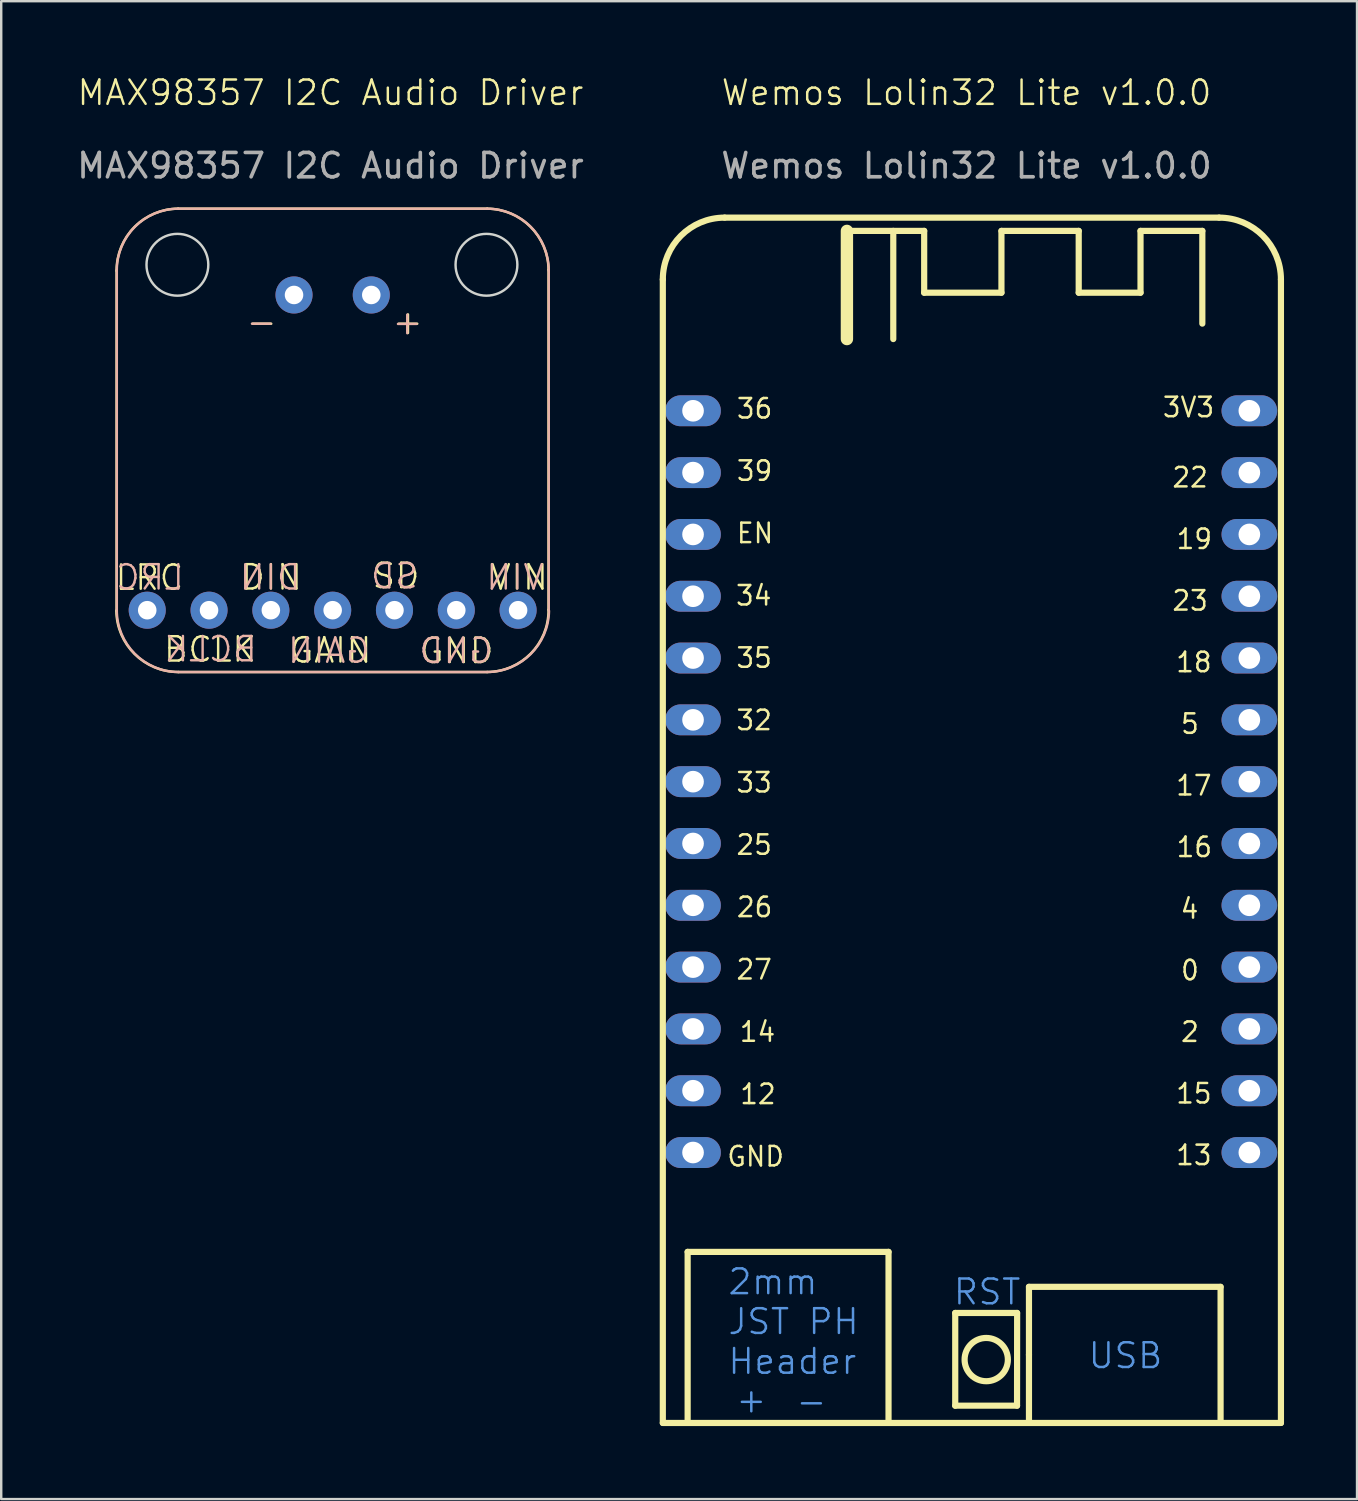
<source format=kicad_pcb>
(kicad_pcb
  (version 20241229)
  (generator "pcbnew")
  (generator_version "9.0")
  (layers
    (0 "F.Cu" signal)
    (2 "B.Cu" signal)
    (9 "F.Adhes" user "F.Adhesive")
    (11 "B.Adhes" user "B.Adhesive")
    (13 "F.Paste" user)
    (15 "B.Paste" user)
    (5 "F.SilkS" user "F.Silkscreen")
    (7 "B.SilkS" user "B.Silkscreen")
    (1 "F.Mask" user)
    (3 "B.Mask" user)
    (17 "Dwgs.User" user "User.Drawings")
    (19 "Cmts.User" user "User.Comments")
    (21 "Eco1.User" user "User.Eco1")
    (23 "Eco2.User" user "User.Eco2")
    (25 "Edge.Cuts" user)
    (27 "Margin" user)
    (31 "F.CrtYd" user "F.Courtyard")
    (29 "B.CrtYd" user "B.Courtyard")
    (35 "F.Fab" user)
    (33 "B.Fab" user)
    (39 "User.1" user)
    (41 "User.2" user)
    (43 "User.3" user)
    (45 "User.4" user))
  (footprint "Wemos Lolin32 Lite v1.0.0"
    (layer "F.Cu")
    (at 36.667 1.26)
    (property "Reference" "Wemos Lolin32 Lite v1.0.0" (at 0 -0.5 0) (unlocked yes) (layer "F.SilkS") (effects (font (size 1 1) (thickness 0.1))))
    (attr through_hole)
    (fp_line (start -12.48 7.173) (end -12.48 54.163) (stroke (width 0.254) (type solid)) (layer "F.SilkS"))
    (fp_line (start -11.46 47.133) (end -3.205 47.133) (stroke (width 0.254) (type solid)) (layer "F.SilkS"))
    (fp_line (start -11.46 54.118) (end -11.46 47.133) (stroke (width 0.254) (type solid)) (layer "F.SilkS"))
    (fp_line (start -4.915 5.178) (end -4.915 9.623) (stroke (width 0.508) (type solid)) (layer "F.SilkS"))
    (fp_line (start -4.915 5.178) (end -1.74 5.178) (stroke (width 0.254) (type solid)) (layer "F.SilkS"))
    (fp_line (start -3.205 47.133) (end -3.205 54.118) (stroke (width 0.254) (type solid)) (layer "F.SilkS"))
    (fp_line (start -3.01 9.623) (end -3.01 5.178) (stroke (width 0.254) (type solid)) (layer "F.SilkS"))
    (fp_line (start -1.74 5.178) (end -1.74 7.718) (stroke (width 0.254) (type solid)) (layer "F.SilkS"))
    (fp_line (start -1.74 7.718) (end 1.435 7.718) (stroke (width 0.254) (type solid)) (layer "F.SilkS"))
    (fp_line (start -0.464 49.643) (end -0.464 53.453) (stroke (width 0.254) (type solid)) (layer "F.SilkS"))
    (fp_line (start -0.464 53.453) (end 2.076 53.453) (stroke (width 0.254) (type solid)) (layer "F.SilkS"))
    (fp_line (start 1.435 5.178) (end 4.61 5.178) (stroke (width 0.254) (type solid)) (layer "F.SilkS"))
    (fp_line (start 1.435 7.718) (end 1.435 5.178) (stroke (width 0.254) (type solid)) (layer "F.SilkS"))
    (fp_line (start 2.076 49.643) (end -0.464 49.643) (stroke (width 0.254) (type solid)) (layer "F.SilkS"))
    (fp_line (start 2.076 53.453) (end 2.08 49.643) (stroke (width 0.254) (type solid)) (layer "F.SilkS"))
    (fp_line (start 2.566 48.57) (end 10.44 48.57) (stroke (width 0.254) (type solid)) (layer "F.SilkS"))
    (fp_line (start 2.566 51.364) (end 2.566 48.57) (stroke (width 0.254) (type solid)) (layer "F.SilkS"))
    (fp_line (start 2.566 54.158) (end 2.566 51.364) (stroke (width 0.254) (type solid)) (layer "F.SilkS"))
    (fp_line (start 4.61 5.178) (end 4.61 7.718) (stroke (width 0.254) (type solid)) (layer "F.SilkS"))
    (fp_line (start 4.61 7.718) (end 7.15 7.718) (stroke (width 0.254) (type solid)) (layer "F.SilkS"))
    (fp_line (start 7.15 5.178) (end 9.69 5.178) (stroke (width 0.254) (type solid)) (layer "F.SilkS"))
    (fp_line (start 7.15 7.718) (end 7.15 5.178) (stroke (width 0.254) (type solid)) (layer "F.SilkS"))
    (fp_line (start 9.69 5.178) (end 9.69 8.988) (stroke (width 0.254) (type solid)) (layer "F.SilkS"))
    (fp_line (start 10.38 4.633) (end -9.94 4.633) (stroke (width 0.254) (type solid)) (layer "F.SilkS"))
    (fp_line (start 10.44 48.57) (end 10.44 54.158) (stroke (width 0.254) (type solid)) (layer "F.SilkS"))
    (fp_line (start 12.92 54.163) (end -12.48 54.163) (stroke (width 0.254) (type solid)) (layer "F.SilkS"))
    (fp_line (start 12.92 54.163) (end 12.92 7.173) (stroke (width 0.254) (type solid)) (layer "F.SilkS"))
    (fp_arc (start -12.48 7.173) (mid -11.736051 5.376949) (end -9.94 4.633) (stroke (width 0.254) (type solid)) (layer "F.SilkS"))
    (fp_arc (start 10.38 4.633) (mid 12.17605 5.376949) (end 12.92 7.173) (stroke (width 0.254) (type solid)) (layer "F.SilkS"))
    (fp_circle (center 0.81 51.559) (end 1.699 51.559) (stroke (width 0.254) (type solid)) (fill no) (layer "F.SilkS"))
    (fp_text user "14" (at -9.382 38.092 0) (unlocked yes) (layer "F.SilkS") (effects (font (size 0.8 0.762) (thickness 0.102)) (justify left)))
    (fp_text user "33" (at -9.52 27.847 0) (unlocked yes) (layer "F.SilkS") (effects (font (size 0.8 0.762) (thickness 0.102)) (justify left)))
    (fp_text user "4" (at 8.733 33.033 0) (unlocked yes) (layer "F.SilkS") (effects (font (size 0.8 0.762) (thickness 0.102)) (justify left)))
    (fp_text user "19" (at 8.568 17.843 0) (unlocked yes) (layer "F.SilkS") (effects (font (size 0.8 0.762) (thickness 0.102)) (justify left)))
    (fp_text user "25" (at -9.52 30.408 0) (unlocked yes) (layer "F.SilkS") (effects (font (size 0.8 0.762) (thickness 0.102)) (justify left)))
    (fp_text user "12" (at -9.364 40.653 0) (unlocked yes) (layer "F.SilkS") (effects (font (size 0.8 0.762) (thickness 0.102)) (justify left)))
    (fp_text user "35" (at -9.52 22.725 0) (unlocked yes) (layer "F.SilkS") (effects (font (size 0.8 0.762) (thickness 0.102)) (justify left)))
    (fp_text user "13" (at 8.55 43.16 0) (unlocked yes) (layer "F.SilkS") (effects (font (size 0.8 0.762) (thickness 0.102)) (justify left)))
    (fp_text user "27" (at -9.52 35.531 0) (unlocked yes) (layer "F.SilkS") (effects (font (size 0.8 0.762) (thickness 0.102)) (justify left)))
    (fp_text user "EN" (at -9.502 17.602 0) (unlocked yes) (layer "F.SilkS") (effects (font (size 0.8 0.762) (thickness 0.102)) (justify left)))
    (fp_text user "23" (at 8.394 20.374 0) (unlocked yes) (layer "F.SilkS") (effects (font (size 0.8 0.762) (thickness 0.102)) (justify left)))
    (fp_text user "17" (at 8.55 27.97 0) (unlocked yes) (layer "F.SilkS") (effects (font (size 0.8 0.762) (thickness 0.102)) (justify left)))
    (fp_text user "GND" (at -9.894 43.214 0) (unlocked yes) (layer "F.SilkS") (effects (font (size 0.8 0.762) (thickness 0.102)) (justify left)))
    (fp_text user "34" (at -9.537 20.164 0) (unlocked yes) (layer "F.SilkS") (effects (font (size 0.8 0.762) (thickness 0.102)) (justify left)))
    (fp_text user "32" (at -9.52 25.286 0) (unlocked yes) (layer "F.SilkS") (effects (font (size 0.8 0.762) (thickness 0.102)) (justify left)))
    (fp_text user "36" (at -9.502 12.48 0) (unlocked yes) (layer "F.SilkS") (effects (font (size 0.8 0.762) (thickness 0.102)) (justify left)))
    (fp_text user "5" (at 8.751 25.438 0) (unlocked yes) (layer "F.SilkS") (effects (font (size 0.8 0.762) (thickness 0.102)) (justify left)))
    (fp_text user "15" (at 8.55 40.628 0) (unlocked yes) (layer "F.SilkS") (effects (font (size 0.8 0.762) (thickness 0.102)) (justify left)))
    (fp_text user "2" (at 8.751 38.097 0) (unlocked yes) (layer "F.SilkS") (effects (font (size 0.8 0.762) (thickness 0.102)) (justify left)))
    (fp_text user "18" (at 8.55 22.906 0) (unlocked yes) (layer "F.SilkS") (effects (font (size 0.8 0.762) (thickness 0.102)) (justify left)))
    (fp_text user "39" (at -9.502 15.041 0) (unlocked yes) (layer "F.SilkS") (effects (font (size 0.8 0.762) (thickness 0.102)) (justify left)))
    (fp_text user "3V3" (at 8.003 12.426 0) (unlocked yes) (layer "F.SilkS") (effects (font (size 0.8 0.762) (thickness 0.102)) (justify left)))
    (fp_text user "22" (at 8.394 15.311 0) (unlocked yes) (layer "F.SilkS") (effects (font (size 0.8 0.762) (thickness 0.102)) (justify left)))
    (fp_text user "0" (at 8.751 35.565 0) (unlocked yes) (layer "F.SilkS") (effects (font (size 0.8 0.762) (thickness 0.102)) (justify left)))
    (fp_text user "16" (at 8.568 30.501 0) (unlocked yes) (layer "F.SilkS") (effects (font (size 0.8 0.762) (thickness 0.102)) (justify left)))
    (fp_text user "26" (at -9.502 32.969 0) (unlocked yes) (layer "F.SilkS") (effects (font (size 0.8 0.762) (thickness 0.102)) (justify left)))
    (fp_text user "USB" (at 4.94 51.398 0) (unlocked yes) (layer "Cmts.User") (effects (font (size 1.016 1.016) (thickness 0.102)) (justify left)))
    (fp_text user "RST" (at -0.6 48.778 0) (unlocked yes) (layer "Cmts.User") (effects (font (size 1.016 1.016) (thickness 0.102)) (justify left)))
    (fp_text user "2mm\nJST PH\nHeader" (at -9.86 49.998 0) (unlocked yes) (layer "Cmts.User") (effects (font (size 1.016 1.016) (thickness 0.102)) (justify left)))
    (fp_text user "+" (at -9.54 53.218 0) (unlocked yes) (layer "Cmts.User") (effects (font (size 1.016 1.016) (thickness 0.102)) (justify left)))
    (fp_text user "-" (at -7.07 53.278 0) (unlocked yes) (layer "Cmts.User") (effects (font (size 1.016 1.016) (thickness 0.102)) (justify left)))
    (fp_text user "${REFERENCE}" (at 0 2.5 0) (unlocked yes) (layer "F.Fab") (effects (font (size 1 1) (thickness 0.15))))
    (pad "0" thru_hole oval (at 11.622 35.431) (size 2.286 1.27) (drill 0.889) (layers "*.Cu" "*.Paste" "*.Mask"))
    (pad "2" thru_hole oval (at 11.622 37.971) (size 2.286 1.27) (drill 0.889) (layers "*.Cu" "*.Paste" "*.Mask"))
    (pad "3v" thru_hole oval (at 11.622 12.57) (size 2.286 1.27) (drill 0.889) (layers "*.Cu" "*.Paste" "*.Mask"))
    (pad "4" thru_hole oval (at 11.622 32.891) (size 2.286 1.27) (drill 0.889) (layers "*.Cu" "*.Paste" "*.Mask"))
    (pad "5" thru_hole oval (at 11.622 25.27) (size 2.286 1.27) (drill 0.889) (layers "*.Cu" "*.Paste" "*.Mask"))
    (pad "12" thru_hole oval (at -11.238 40.511) (size 2.286 1.27) (drill 0.889) (layers "*.Cu" "*.Paste" "*.Mask"))
    (pad "13" thru_hole oval (at 11.622 43.05) (size 2.286 1.27) (drill 0.889) (layers "*.Cu" "*.Paste" "*.Mask"))
    (pad "14" thru_hole oval (at -11.238 37.971) (size 2.286 1.27) (drill 0.889) (layers "*.Cu" "*.Paste" "*.Mask"))
    (pad "15" thru_hole oval (at 11.622 40.511) (size 2.286 1.27) (drill 0.889) (layers "*.Cu" "*.Paste" "*.Mask"))
    (pad "16" thru_hole oval (at 11.622 30.351) (size 2.286 1.27) (drill 0.889) (layers "*.Cu" "*.Paste" "*.Mask"))
    (pad "17" thru_hole oval (at 11.622 27.811) (size 2.286 1.27) (drill 0.889) (layers "*.Cu" "*.Paste" "*.Mask"))
    (pad "18" thru_hole oval (at 11.622 22.73) (size 2.286 1.27) (drill 0.889) (layers "*.Cu" "*.Paste" "*.Mask"))
    (pad "19" thru_hole oval (at 11.622 17.651) (size 2.286 1.27) (drill 0.889) (layers "*.Cu" "*.Paste" "*.Mask"))
    (pad "22" thru_hole oval (at 11.622 15.111) (size 2.286 1.27) (drill 0.889) (layers "*.Cu" "*.Paste" "*.Mask"))
    (pad "23" thru_hole oval (at 11.622 20.191) (size 2.286 1.27) (drill 0.889) (layers "*.Cu" "*.Paste" "*.Mask"))
    (pad "25" thru_hole oval (at -11.238 30.351) (size 2.286 1.27) (drill 0.889) (layers "*.Cu" "*.Paste" "*.Mask"))
    (pad "26" thru_hole oval (at -11.238 32.891) (size 2.286 1.27) (drill 0.889) (layers "*.Cu" "*.Paste" "*.Mask"))
    (pad "27" thru_hole oval (at -11.238 35.431) (size 2.286 1.27) (drill 0.889) (layers "*.Cu" "*.Paste" "*.Mask"))
    (pad "32" thru_hole oval (at -11.238 25.27) (size 2.286 1.27) (drill 0.889) (layers "*.Cu" "*.Paste" "*.Mask"))
    (pad "33" thru_hole oval (at -11.238 27.811) (size 2.286 1.27) (drill 0.889) (layers "*.Cu" "*.Paste" "*.Mask"))
    (pad "34" thru_hole oval (at -11.238 20.191) (size 2.286 1.27) (drill 0.889) (layers "*.Cu" "*.Paste" "*.Mask"))
    (pad "35" thru_hole oval (at -11.238 22.73) (size 2.286 1.27) (drill 0.889) (layers "*.Cu" "*.Paste" "*.Mask"))
    (pad "EN" thru_hole oval (at -11.238 17.651) (size 2.286 1.27) (drill 0.889) (layers "*.Cu" "*.Paste" "*.Mask"))
    (pad "GND" thru_hole oval (at -11.238 43.05) (size 2.286 1.27) (drill 0.889) (layers "*.Cu" "*.Paste" "*.Mask"))
    (pad "VN" thru_hole oval (at -11.238 15.111) (size 2.286 1.27) (drill 0.889) (layers "*.Cu" "*.Paste" "*.Mask"))
    (pad "VP" thru_hole oval (at -11.238 12.57) (size 2.286 1.27) (drill 0.889) (layers "*.Cu" "*.Paste" "*.Mask")))
  (footprint "MAX98357 I2C Audio Driver"
    (layer "F.Cu")
    (at 10.53 1.26)
    (property "Reference" "MAX98357 I2C Audio Driver" (at 0 -0.5 0) (unlocked yes) (layer "F.SilkS") (effects (font (size 1 1) (thickness 0.1))))
    (attr through_hole)
    (fp_line (start -8.79 20.79) (end -8.79 6.82) (stroke (width 0.1) (type solid)) (layer "F.SilkS"))
    (fp_line (start -6.26 4.265) (end 6.44 4.265) (stroke (width 0.1) (type solid)) (layer "F.SilkS"))
    (fp_line (start 6.44 23.305) (end -6.26 23.305) (stroke (width 0.1) (type solid)) (layer "F.SilkS"))
    (fp_line (start 8.96 6.775) (end 8.96 20.745) (stroke (width 0.1) (type solid)) (layer "F.SilkS"))
    (fp_arc (start -8.789975 6.819999) (mid -8.054881 5.017795) (end -6.26 4.265001) (stroke (width 0.1) (type solid)) (layer "F.SilkS"))
    (fp_arc (start -6.26 23.305) (mid -8.045381 22.568144) (end -8.799816 20.79012) (stroke (width 0.1) (type solid)) (layer "F.SilkS"))
    (fp_arc (start 6.44 4.264918) (mid 8.213763 5.004166) (end 8.959999 6.775) (stroke (width 0.1) (type solid)) (layer "F.SilkS"))
    (fp_arc (start 8.959999 20.745) (mid 8.230192 22.546908) (end 6.439998 23.304999) (stroke (width 0.1) (type solid)) (layer "F.SilkS"))
    (fp_line (start -8.78 20.745) (end -8.78 6.775) (stroke (width 0.1) (type solid)) (layer "B.SilkS"))
    (fp_line (start -6.26 4.265) (end 6.44 4.265) (stroke (width 0.1) (type solid)) (layer "B.SilkS"))
    (fp_line (start 6.44 23.305) (end -6.26 23.305) (stroke (width 0.1) (type solid)) (layer "B.SilkS"))
    (fp_line (start 8.97 6.82) (end 8.97 20.79) (stroke (width 0.1) (type solid)) (layer "B.SilkS"))
    (fp_arc (start -8.779999 6.775) (mid -8.033763 5.004166) (end -6.26 4.264918) (stroke (width 0.1) (type solid)) (layer "B.SilkS"))
    (fp_arc (start -6.259998 23.304999) (mid -8.050192 22.546909) (end -8.779999 20.745) (stroke (width 0.1) (type solid)) (layer "B.SilkS"))
    (fp_arc (start 6.44 4.265001) (mid 8.23488 5.017796) (end 8.969975 6.819999) (stroke (width 0.1) (type solid)) (layer "B.SilkS"))
    (fp_arc (start 8.979816 20.79012) (mid 8.225381 22.568144) (end 6.44 23.305) (stroke (width 0.1) (type solid)) (layer "B.SilkS"))
    (fp_circle (center -6.29 6.57) (end -5.02 6.57) (stroke (width 0.1) (type default)) (fill no) (layer "Edge.Cuts"))
    (fp_circle (center 6.41 6.57) (end 7.68 6.57) (stroke (width 0.1) (type default)) (fill no) (layer "Edge.Cuts"))
    (fp_text user "GND" (at 3.6 23.02 0) (unlocked yes) (layer "F.SilkS") (effects (font (size 1 1) (thickness 0.1)) (justify left bottom)))
    (fp_text user "SD" (at 1.65 19.94 0) (unlocked yes) (layer "F.SilkS") (effects (font (size 1 1) (thickness 0.1)) (justify left bottom)))
    (fp_text user "BCLK" (at -6.92 22.96 0) (unlocked yes) (layer "F.SilkS") (effects (font (size 1 1) (thickness 0.1)) (justify left bottom)))
    (fp_text user "+" (at 2.5 9.5 0) (unlocked yes) (layer "F.SilkS") (effects (font (size 1 1) (thickness 0.1)) (justify left bottom)))
    (fp_text user "GAIN" (at -1.75 23 0) (unlocked yes) (layer "F.SilkS") (effects (font (size 1 1) (thickness 0.1)) (justify left bottom)))
    (fp_text user "-" (at -3.5 9.5 0) (unlocked yes) (layer "F.SilkS") (effects (font (size 1 1) (thickness 0.1)) (justify left bottom)))
    (fp_text user "LRC" (at -8.91 20.01 0) (unlocked yes) (layer "F.SilkS") (effects (font (size 1 1) (thickness 0.1)) (justify left bottom)))
    (fp_text user "VIN" (at 6.5 20 0) (unlocked yes) (layer "F.SilkS") (effects (font (size 1 1) (thickness 0.1)) (justify left bottom)))
    (fp_text user "DIN" (at -3.75 20 0) (unlocked yes) (layer "F.SilkS") (effects (font (size 1 1) (thickness 0.1)) (justify left bottom)))
    (fp_text user "SD" (at 3.67 19.95 0) (unlocked yes) (layer "B.SilkS") (effects (font (size 1 1) (thickness 0.1)) (justify left bottom mirror)))
    (fp_text user "GND" (at 6.75 23.02 0) (unlocked yes) (layer "B.SilkS") (effects (font (size 1 1) (thickness 0.1)) (justify left bottom mirror)))
    (fp_text user "BCLK" (at -2.95 22.95 0) (unlocked yes) (layer "B.SilkS") (effects (font (size 1 1) (thickness 0.1)) (justify left bottom mirror)))
    (fp_text user "DIN" (at -1.15 20 0) (unlocked yes) (layer "B.SilkS") (effects (font (size 1 1) (thickness 0.1)) (justify left bottom mirror)))
    (fp_text user "LRC" (at -5.95 20 0) (unlocked yes) (layer "B.SilkS") (effects (font (size 1 1) (thickness 0.1)) (justify left bottom mirror)))
    (fp_text user "+" (at 3.84 9.51 0) (unlocked yes) (layer "B.SilkS") (effects (font (size 1 1) (thickness 0.1)) (justify left bottom mirror)))
    (fp_text user "-" (at -2.16 9.5 0) (unlocked yes) (layer "B.SilkS") (effects (font (size 1 1) (thickness 0.1)) (justify left bottom mirror)))
    (fp_text user "VIN" (at 8.84 20 0) (unlocked yes) (layer "B.SilkS") (effects (font (size 1 1) (thickness 0.1)) (justify left bottom mirror)))
    (fp_text user "GAIN" (at 1.69 23.01 0) (unlocked yes) (layer "B.SilkS") (effects (font (size 1 1) (thickness 0.1)) (justify left bottom mirror)))
    (fp_text user "${REFERENCE}" (at 0 2.5 0) (unlocked yes) (layer "F.Fab") (effects (font (size 1 1) (thickness 0.15))))
    (pad "+" thru_hole circle (at 1.677 7.811) (size 1.524 1.524) (drill 0.762) (layers "*.Cu" "*.Mask"))
    (pad "-" thru_hole circle (at -1.498 7.811) (size 1.524 1.524) (drill 0.762) (layers "*.Cu" "*.Mask"))
    (pad "BCLK" thru_hole circle (at -4.99 20.765) (size 1.524 1.524) (drill 0.762) (layers "*.Cu" "*.Mask"))
    (pad "DIN" thru_hole circle (at -2.45 20.765) (size 1.524 1.524) (drill 0.762) (layers "*.Cu" "*.Mask"))
    (pad "GAIN" thru_hole circle (at 0.09 20.765) (size 1.524 1.524) (drill 0.762) (layers "*.Cu" "*.Mask"))
    (pad "GND" thru_hole circle (at 5.17 20.765) (size 1.524 1.524) (drill 0.762) (layers "*.Cu" "*.Mask"))
    (pad "LRC" thru_hole circle (at -7.53 20.765) (size 1.524 1.524) (drill 0.762) (layers "*.Cu" "*.Mask"))
    (pad "SD" thru_hole circle (at 2.63 20.765) (size 1.524 1.524) (drill 0.762) (layers "*.Cu" "*.Mask"))
    (pad "VIN" thru_hole circle (at 7.71 20.765) (size 1.524 1.524) (drill 0.762) (layers "*.Cu" "*.Mask")))
  (gr_rect
    (start -3 -3)
    (end 52.714 58.55)
    (stroke (width 0.1) (type default))
    (fill no)
    (layer "Edge.Cuts")))
</source>
